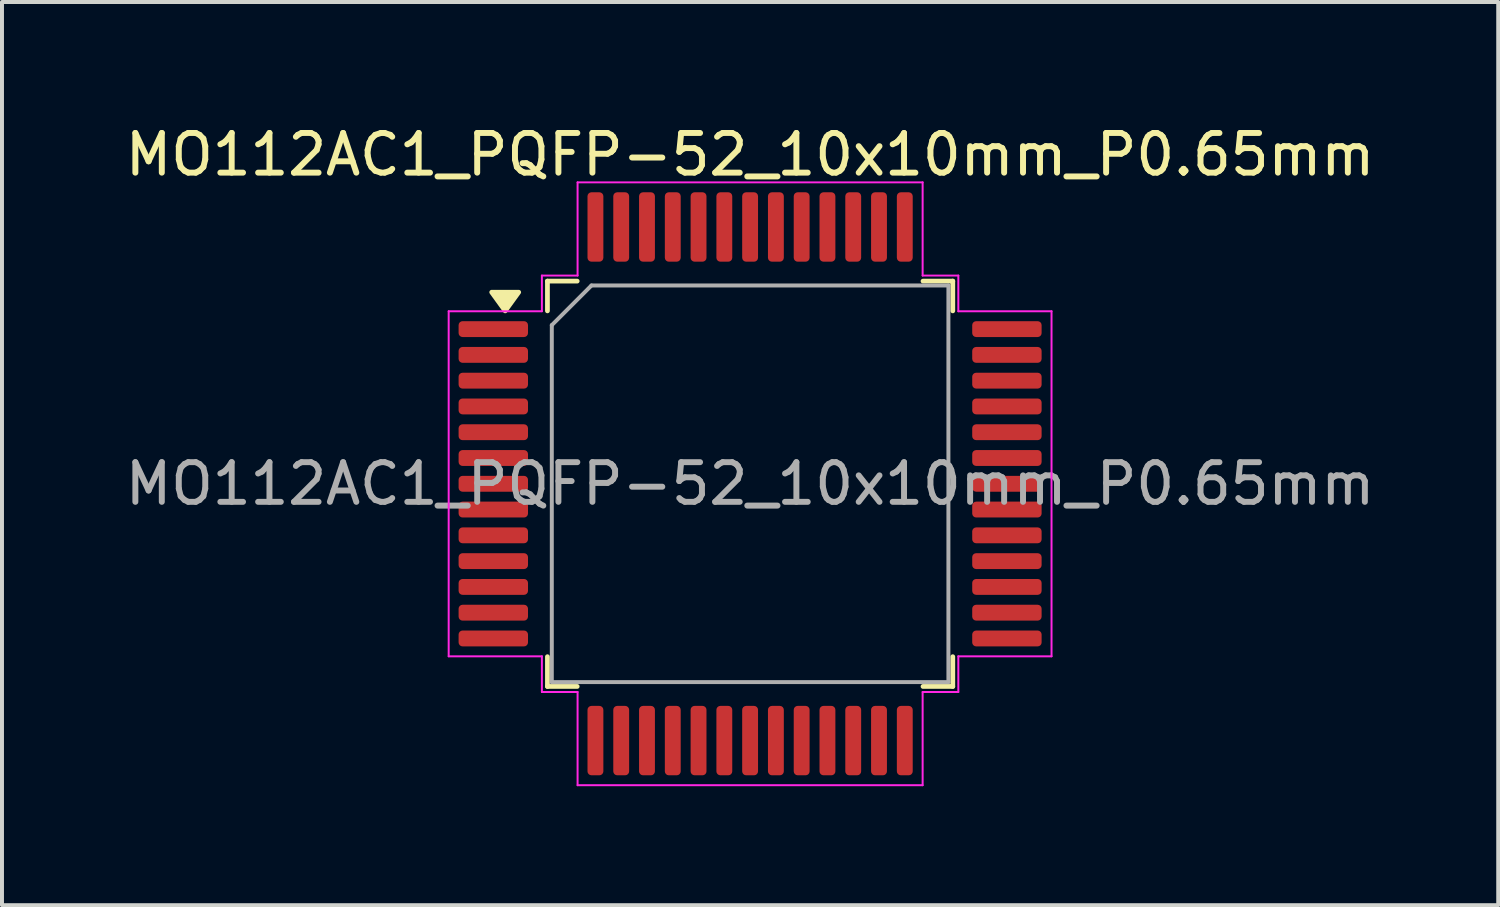
<source format=kicad_pcb>
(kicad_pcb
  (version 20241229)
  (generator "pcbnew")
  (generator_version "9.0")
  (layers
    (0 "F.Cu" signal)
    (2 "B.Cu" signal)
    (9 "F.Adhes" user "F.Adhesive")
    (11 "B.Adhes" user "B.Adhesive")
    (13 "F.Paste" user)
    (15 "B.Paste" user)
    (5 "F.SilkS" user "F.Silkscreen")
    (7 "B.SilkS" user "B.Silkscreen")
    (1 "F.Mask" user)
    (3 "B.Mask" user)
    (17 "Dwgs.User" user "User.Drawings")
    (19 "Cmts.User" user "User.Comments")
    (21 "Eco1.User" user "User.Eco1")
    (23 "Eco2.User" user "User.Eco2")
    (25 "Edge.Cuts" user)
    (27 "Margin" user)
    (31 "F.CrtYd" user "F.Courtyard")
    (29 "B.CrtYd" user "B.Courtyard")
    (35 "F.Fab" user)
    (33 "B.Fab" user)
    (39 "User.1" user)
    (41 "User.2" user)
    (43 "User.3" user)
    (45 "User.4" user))
  (footprint "MO112AC1_PQFP-52_10x10mm_P0.65mm"
    (layer "F.Cu")
    (at 15.863 9.148)
    (property "Reference" "MO112AC1_PQFP-52_10x10mm_P0.65mm" (at 0 -8.3 0) (layer "F.SilkS") (effects (font (size 1 1) (thickness 0.15))))
    (attr smd)
    (fp_line (start -5.11 -5.11) (end -5.11 -4.36) (stroke (width 0.12) (type solid)) (layer "F.SilkS"))
    (fp_line (start -5.11 5.11) (end -5.11 4.36) (stroke (width 0.12) (type solid)) (layer "F.SilkS"))
    (fp_line (start -4.36 -5.11) (end -5.11 -5.11) (stroke (width 0.12) (type solid)) (layer "F.SilkS"))
    (fp_line (start -4.36 5.11) (end -5.11 5.11) (stroke (width 0.12) (type solid)) (layer "F.SilkS"))
    (fp_line (start 4.36 -5.11) (end 5.11 -5.11) (stroke (width 0.12) (type solid)) (layer "F.SilkS"))
    (fp_line (start 4.36 5.11) (end 5.11 5.11) (stroke (width 0.12) (type solid)) (layer "F.SilkS"))
    (fp_line (start 5.11 -5.11) (end 5.11 -4.36) (stroke (width 0.12) (type solid)) (layer "F.SilkS"))
    (fp_line (start 5.11 5.11) (end 5.11 4.36) (stroke (width 0.12) (type solid)) (layer "F.SilkS"))
    (fp_poly (pts (xy -6.175 -4.36) (xy -6.515 -4.83) (xy -5.835 -4.83)) (stroke (width 0.12) (type solid)) (fill yes) (layer "F.SilkS"))
    (fp_line (start -7.6 -4.35) (end -5.25 -4.35) (stroke (width 0.05) (type solid)) (layer "F.CrtYd"))
    (fp_line (start -7.6 4.35) (end -7.6 -4.35) (stroke (width 0.05) (type solid)) (layer "F.CrtYd"))
    (fp_line (start -5.25 -5.25) (end -4.35 -5.25) (stroke (width 0.05) (type solid)) (layer "F.CrtYd"))
    (fp_line (start -5.25 -4.35) (end -5.25 -5.25) (stroke (width 0.05) (type solid)) (layer "F.CrtYd"))
    (fp_line (start -5.25 4.35) (end -7.6 4.35) (stroke (width 0.05) (type solid)) (layer "F.CrtYd"))
    (fp_line (start -5.25 5.25) (end -5.25 4.35) (stroke (width 0.05) (type solid)) (layer "F.CrtYd"))
    (fp_line (start -4.35 -7.6) (end 4.35 -7.6) (stroke (width 0.05) (type solid)) (layer "F.CrtYd"))
    (fp_line (start -4.35 -5.25) (end -4.35 -7.6) (stroke (width 0.05) (type solid)) (layer "F.CrtYd"))
    (fp_line (start -4.35 5.25) (end -5.25 5.25) (stroke (width 0.05) (type solid)) (layer "F.CrtYd"))
    (fp_line (start -4.35 7.6) (end -4.35 5.25) (stroke (width 0.05) (type solid)) (layer "F.CrtYd"))
    (fp_line (start 4.35 -7.6) (end 4.35 -5.25) (stroke (width 0.05) (type solid)) (layer "F.CrtYd"))
    (fp_line (start 4.35 -5.25) (end 5.25 -5.25) (stroke (width 0.05) (type solid)) (layer "F.CrtYd"))
    (fp_line (start 4.35 5.25) (end 4.35 7.6) (stroke (width 0.05) (type solid)) (layer "F.CrtYd"))
    (fp_line (start 4.35 7.6) (end -4.35 7.6) (stroke (width 0.05) (type solid)) (layer "F.CrtYd"))
    (fp_line (start 5.25 -5.25) (end 5.25 -4.35) (stroke (width 0.05) (type solid)) (layer "F.CrtYd"))
    (fp_line (start 5.25 -4.35) (end 7.6 -4.35) (stroke (width 0.05) (type solid)) (layer "F.CrtYd"))
    (fp_line (start 5.25 4.35) (end 5.25 5.25) (stroke (width 0.05) (type solid)) (layer "F.CrtYd"))
    (fp_line (start 5.25 5.25) (end 4.35 5.25) (stroke (width 0.05) (type solid)) (layer "F.CrtYd"))
    (fp_line (start 7.6 -4.35) (end 7.6 4.35) (stroke (width 0.05) (type solid)) (layer "F.CrtYd"))
    (fp_line (start 7.6 4.35) (end 5.25 4.35) (stroke (width 0.05) (type solid)) (layer "F.CrtYd"))
    (fp_line (start -5 -4) (end -4 -5) (stroke (width 0.1) (type solid)) (layer "F.Fab"))
    (fp_line (start -5 5) (end -5 -4) (stroke (width 0.1) (type solid)) (layer "F.Fab"))
    (fp_line (start -4 -5) (end 5 -5) (stroke (width 0.1) (type solid)) (layer "F.Fab"))
    (fp_line (start 5 -5) (end 5 5) (stroke (width 0.1) (type solid)) (layer "F.Fab"))
    (fp_line (start 5 5) (end -5 5) (stroke (width 0.1) (type solid)) (layer "F.Fab"))
    (fp_text user "${REFERENCE}" (at 0 0 0) (layer "F.Fab") (effects (font (size 1 1) (thickness 0.15))))
    (pad "1" smd roundrect (at -6.475 -3.9) (size 1.75 0.4) (layers "F.Cu" "F.Mask" "F.Paste") (roundrect_rratio 0.25))
    (pad "2" smd roundrect (at -6.475 -3.25) (size 1.75 0.4) (layers "F.Cu" "F.Mask" "F.Paste") (roundrect_rratio 0.25))
    (pad "3" smd roundrect (at -6.475 -2.6) (size 1.75 0.4) (layers "F.Cu" "F.Mask" "F.Paste") (roundrect_rratio 0.25))
    (pad "4" smd roundrect (at -6.475 -1.95) (size 1.75 0.4) (layers "F.Cu" "F.Mask" "F.Paste") (roundrect_rratio 0.25))
    (pad "5" smd roundrect (at -6.475 -1.3) (size 1.75 0.4) (layers "F.Cu" "F.Mask" "F.Paste") (roundrect_rratio 0.25))
    (pad "6" smd roundrect (at -6.475 -0.65) (size 1.75 0.4) (layers "F.Cu" "F.Mask" "F.Paste") (roundrect_rratio 0.25))
    (pad "7" smd roundrect (at -6.475 0) (size 1.75 0.4) (layers "F.Cu" "F.Mask" "F.Paste") (roundrect_rratio 0.25))
    (pad "8" smd roundrect (at -6.475 0.65) (size 1.75 0.4) (layers "F.Cu" "F.Mask" "F.Paste") (roundrect_rratio 0.25))
    (pad "9" smd roundrect (at -6.475 1.3) (size 1.75 0.4) (layers "F.Cu" "F.Mask" "F.Paste") (roundrect_rratio 0.25))
    (pad "10" smd roundrect (at -6.475 1.95) (size 1.75 0.4) (layers "F.Cu" "F.Mask" "F.Paste") (roundrect_rratio 0.25))
    (pad "11" smd roundrect (at -6.475 2.6) (size 1.75 0.4) (layers "F.Cu" "F.Mask" "F.Paste") (roundrect_rratio 0.25))
    (pad "12" smd roundrect (at -6.475 3.25) (size 1.75 0.4) (layers "F.Cu" "F.Mask" "F.Paste") (roundrect_rratio 0.25))
    (pad "13" smd roundrect (at -6.475 3.9) (size 1.75 0.4) (layers "F.Cu" "F.Mask" "F.Paste") (roundrect_rratio 0.25))
    (pad "14" smd roundrect (at -3.9 6.475) (size 0.4 1.75) (layers "F.Cu" "F.Mask" "F.Paste") (roundrect_rratio 0.25))
    (pad "15" smd roundrect (at -3.25 6.475) (size 0.4 1.75) (layers "F.Cu" "F.Mask" "F.Paste") (roundrect_rratio 0.25))
    (pad "16" smd roundrect (at -2.6 6.475) (size 0.4 1.75) (layers "F.Cu" "F.Mask" "F.Paste") (roundrect_rratio 0.25))
    (pad "17" smd roundrect (at -1.95 6.475) (size 0.4 1.75) (layers "F.Cu" "F.Mask" "F.Paste") (roundrect_rratio 0.25))
    (pad "18" smd roundrect (at -1.3 6.475) (size 0.4 1.75) (layers "F.Cu" "F.Mask" "F.Paste") (roundrect_rratio 0.25))
    (pad "19" smd roundrect (at -0.65 6.475) (size 0.4 1.75) (layers "F.Cu" "F.Mask" "F.Paste") (roundrect_rratio 0.25))
    (pad "20" smd roundrect (at 0 6.475) (size 0.4 1.75) (layers "F.Cu" "F.Mask" "F.Paste") (roundrect_rratio 0.25))
    (pad "21" smd roundrect (at 0.65 6.475) (size 0.4 1.75) (layers "F.Cu" "F.Mask" "F.Paste") (roundrect_rratio 0.25))
    (pad "22" smd roundrect (at 1.3 6.475) (size 0.4 1.75) (layers "F.Cu" "F.Mask" "F.Paste") (roundrect_rratio 0.25))
    (pad "23" smd roundrect (at 1.95 6.475) (size 0.4 1.75) (layers "F.Cu" "F.Mask" "F.Paste") (roundrect_rratio 0.25))
    (pad "24" smd roundrect (at 2.6 6.475) (size 0.4 1.75) (layers "F.Cu" "F.Mask" "F.Paste") (roundrect_rratio 0.25))
    (pad "25" smd roundrect (at 3.25 6.475) (size 0.4 1.75) (layers "F.Cu" "F.Mask" "F.Paste") (roundrect_rratio 0.25))
    (pad "26" smd roundrect (at 3.9 6.475) (size 0.4 1.75) (layers "F.Cu" "F.Mask" "F.Paste") (roundrect_rratio 0.25))
    (pad "27" smd roundrect (at 6.475 3.9) (size 1.75 0.4) (layers "F.Cu" "F.Mask" "F.Paste") (roundrect_rratio 0.25))
    (pad "28" smd roundrect (at 6.475 3.25) (size 1.75 0.4) (layers "F.Cu" "F.Mask" "F.Paste") (roundrect_rratio 0.25))
    (pad "29" smd roundrect (at 6.475 2.6) (size 1.75 0.4) (layers "F.Cu" "F.Mask" "F.Paste") (roundrect_rratio 0.25))
    (pad "30" smd roundrect (at 6.475 1.95) (size 1.75 0.4) (layers "F.Cu" "F.Mask" "F.Paste") (roundrect_rratio 0.25))
    (pad "31" smd roundrect (at 6.475 1.3) (size 1.75 0.4) (layers "F.Cu" "F.Mask" "F.Paste") (roundrect_rratio 0.25))
    (pad "32" smd roundrect (at 6.475 0.65) (size 1.75 0.4) (layers "F.Cu" "F.Mask" "F.Paste") (roundrect_rratio 0.25))
    (pad "33" smd roundrect (at 6.475 0) (size 1.75 0.4) (layers "F.Cu" "F.Mask" "F.Paste") (roundrect_rratio 0.25))
    (pad "34" smd roundrect (at 6.475 -0.65) (size 1.75 0.4) (layers "F.Cu" "F.Mask" "F.Paste") (roundrect_rratio 0.25))
    (pad "35" smd roundrect (at 6.475 -1.3) (size 1.75 0.4) (layers "F.Cu" "F.Mask" "F.Paste") (roundrect_rratio 0.25))
    (pad "36" smd roundrect (at 6.475 -1.95) (size 1.75 0.4) (layers "F.Cu" "F.Mask" "F.Paste") (roundrect_rratio 0.25))
    (pad "37" smd roundrect (at 6.475 -2.6) (size 1.75 0.4) (layers "F.Cu" "F.Mask" "F.Paste") (roundrect_rratio 0.25))
    (pad "38" smd roundrect (at 6.475 -3.25) (size 1.75 0.4) (layers "F.Cu" "F.Mask" "F.Paste") (roundrect_rratio 0.25))
    (pad "39" smd roundrect (at 6.475 -3.9) (size 1.75 0.4) (layers "F.Cu" "F.Mask" "F.Paste") (roundrect_rratio 0.25))
    (pad "40" smd roundrect (at 3.9 -6.475) (size 0.4 1.75) (layers "F.Cu" "F.Mask" "F.Paste") (roundrect_rratio 0.25))
    (pad "41" smd roundrect (at 3.25 -6.475) (size 0.4 1.75) (layers "F.Cu" "F.Mask" "F.Paste") (roundrect_rratio 0.25))
    (pad "42" smd roundrect (at 2.6 -6.475) (size 0.4 1.75) (layers "F.Cu" "F.Mask" "F.Paste") (roundrect_rratio 0.25))
    (pad "43" smd roundrect (at 1.95 -6.475) (size 0.4 1.75) (layers "F.Cu" "F.Mask" "F.Paste") (roundrect_rratio 0.25))
    (pad "44" smd roundrect (at 1.3 -6.475) (size 0.4 1.75) (layers "F.Cu" "F.Mask" "F.Paste") (roundrect_rratio 0.25))
    (pad "45" smd roundrect (at 0.65 -6.475) (size 0.4 1.75) (layers "F.Cu" "F.Mask" "F.Paste") (roundrect_rratio 0.25))
    (pad "46" smd roundrect (at 0 -6.475) (size 0.4 1.75) (layers "F.Cu" "F.Mask" "F.Paste") (roundrect_rratio 0.25))
    (pad "47" smd roundrect (at -0.65 -6.475) (size 0.4 1.75) (layers "F.Cu" "F.Mask" "F.Paste") (roundrect_rratio 0.25))
    (pad "48" smd roundrect (at -1.3 -6.475) (size 0.4 1.75) (layers "F.Cu" "F.Mask" "F.Paste") (roundrect_rratio 0.25))
    (pad "49" smd roundrect (at -1.95 -6.475) (size 0.4 1.75) (layers "F.Cu" "F.Mask" "F.Paste") (roundrect_rratio 0.25))
    (pad "50" smd roundrect (at -2.6 -6.475) (size 0.4 1.75) (layers "F.Cu" "F.Mask" "F.Paste") (roundrect_rratio 0.25))
    (pad "51" smd roundrect (at -3.25 -6.475) (size 0.4 1.75) (layers "F.Cu" "F.Mask" "F.Paste") (roundrect_rratio 0.25))
    (pad "52" smd roundrect (at -3.9 -6.475) (size 0.4 1.75) (layers "F.Cu" "F.Mask" "F.Paste") (roundrect_rratio 0.25)))
  (gr_rect
    (start -3 -3)
    (end 34.726 19.773)
    (stroke (width 0.1) (type default))
    (fill no)
    (layer "Edge.Cuts")))
</source>
